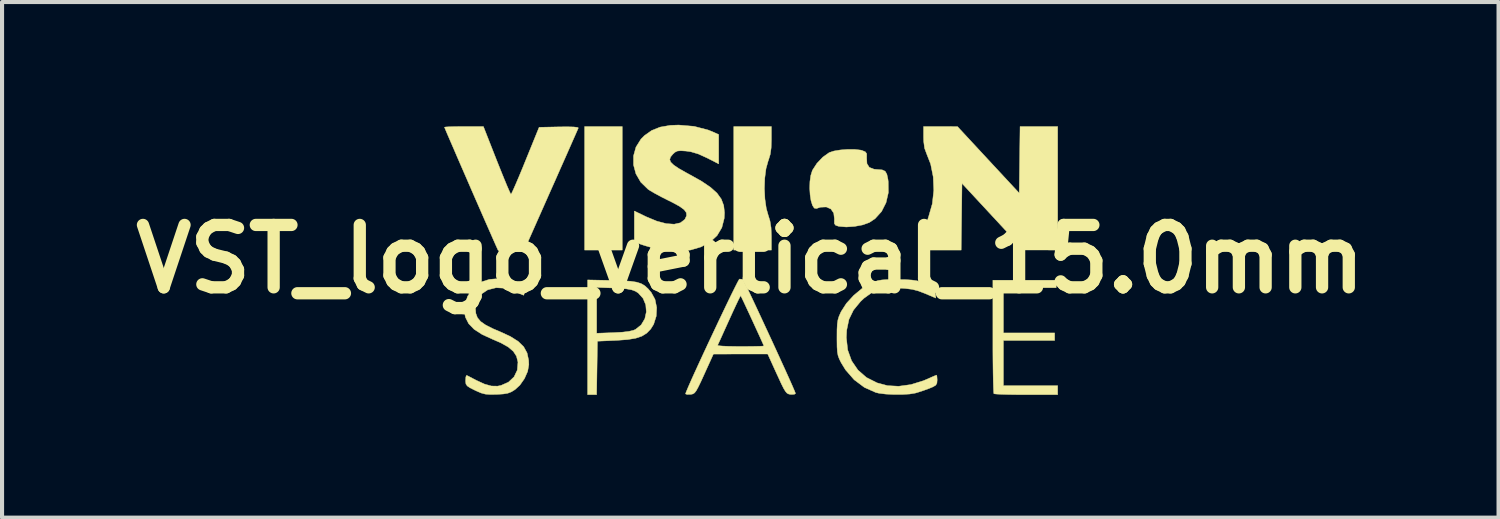
<source format=kicad_pcb>
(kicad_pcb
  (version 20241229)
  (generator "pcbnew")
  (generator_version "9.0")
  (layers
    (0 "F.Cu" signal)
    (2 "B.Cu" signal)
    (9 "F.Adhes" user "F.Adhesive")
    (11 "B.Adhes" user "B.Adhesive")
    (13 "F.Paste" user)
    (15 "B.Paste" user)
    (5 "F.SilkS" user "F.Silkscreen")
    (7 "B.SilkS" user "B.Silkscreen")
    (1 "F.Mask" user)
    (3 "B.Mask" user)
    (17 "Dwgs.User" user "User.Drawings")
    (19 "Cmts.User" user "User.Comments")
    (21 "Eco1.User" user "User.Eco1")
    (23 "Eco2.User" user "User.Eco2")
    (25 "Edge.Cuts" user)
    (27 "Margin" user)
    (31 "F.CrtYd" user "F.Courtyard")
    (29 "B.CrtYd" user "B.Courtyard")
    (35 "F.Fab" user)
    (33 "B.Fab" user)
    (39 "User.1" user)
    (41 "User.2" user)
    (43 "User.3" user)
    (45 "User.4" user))
  (footprint "VST_logo_vertical_15.0mm"
    (layer "F.Cu")
    (at 15.284 3.281)
    (property "Reference" "VST_logo_vertical_15.0mm" (at 0 0 0) (layer "F.SilkS") (effects (font (size 1.524 1.524) (thickness 0.3))))
    (attr through_hole)
    (fp_poly (pts (xy -3.129 -0.221) (xy -4.049 -0.221) (xy -4.049 -3.239) (xy -3.129 -3.239) (xy -3.129 -0.221)) (stroke (width 0.01) (type solid)) (fill yes) (layer "F.SilkS"))
    (fp_poly (pts (xy 0.515 -2.917) (xy 0.509 -2.717) (xy 0.487 -2.56) (xy 0.444 -2.419) (xy 0.434 -2.393) (xy 0.383 -2.208) (xy 0.353 -1.977) (xy 0.344 -1.722) (xy 0.357 -1.468) (xy 0.39 -1.239) (xy 0.433 -1.087) (xy 0.481 -0.931) (xy 0.507 -0.765) (xy 0.515 -0.561) (xy 0.515 -0.544) (xy 0.515 -0.221) (xy -0.405 -0.221) (xy -0.405 -3.239) (xy 0.515 -3.239) (xy 0.515 -2.917)) (stroke (width 0.01) (type solid)) (fill yes) (layer "F.SilkS"))
    (fp_poly (pts (xy 7.473 0.699) (xy 6.184 0.699) (xy 6.184 1.804) (xy 7.436 1.804) (xy 7.436 1.988) (xy 6.184 1.988) (xy 6.184 3.092) (xy 7.51 3.092) (xy 7.51 3.313) (xy 6.743 3.313) (xy 6.512 3.312) (xy 6.307 3.309) (xy 6.138 3.304) (xy 6.018 3.298) (xy 5.956 3.291) (xy 5.951 3.289) (xy 5.946 3.247) (xy 5.941 3.141) (xy 5.936 2.977) (xy 5.932 2.765) (xy 5.929 2.512) (xy 5.927 2.226) (xy 5.927 1.917) (xy 5.927 1.89) (xy 5.927 0.515) (xy 7.473 0.515) (xy 7.473 0.699)) (stroke (width 0.01) (type solid)) (fill yes) (layer "F.SilkS"))
    (fp_poly (pts (xy 7.51 -0.221) (xy 7.095 -0.222) (xy 6.681 -0.223) (xy 5.927 -1.036) (xy 5.172 -1.85) (xy 5.162 -1.035) (xy 5.152 -0.221) (xy 4.228 -0.221) (xy 4.243 -0.506) (xy 4.288 -0.821) (xy 4.36 -1.049) (xy 4.447 -1.352) (xy 4.483 -1.679) (xy 4.469 -2.009) (xy 4.406 -2.323) (xy 4.307 -2.576) (xy 4.258 -2.709) (xy 4.236 -2.876) (xy 4.233 -2.98) (xy 4.233 -3.239) (xy 4.647 -3.239) (xy 5.062 -3.238) (xy 5.816 -2.425) (xy 6.571 -1.612) (xy 6.591 -3.239) (xy 7.51 -3.239) (xy 7.51 -0.221)) (stroke (width 0.01) (type solid)) (fill yes) (layer "F.SilkS"))
    (fp_poly (pts (xy -3.377 0.521) (xy -3.122 0.529) (xy -2.928 0.541) (xy -2.781 0.563) (xy -2.669 0.598) (xy -2.579 0.651) (xy -2.499 0.724) (xy -2.422 0.814) (xy -2.329 0.984) (xy -2.288 1.185) (xy -2.299 1.394) (xy -2.362 1.593) (xy -2.435 1.71) (xy -2.531 1.809) (xy -2.648 1.882) (xy -2.799 1.933) (xy -2.997 1.966) (xy -3.255 1.985) (xy -3.276 1.986) (xy -3.736 2.006) (xy -3.756 3.313) (xy -3.976 3.313) (xy -3.976 1.812) (xy -3.755 1.812) (xy -3.341 1.797) (xy -3.122 1.785) (xy -2.965 1.766) (xy -2.854 1.739) (xy -2.805 1.718) (xy -2.666 1.606) (xy -2.578 1.458) (xy -2.541 1.29) (xy -2.555 1.118) (xy -2.621 0.959) (xy -2.738 0.829) (xy -2.805 0.786) (xy -2.895 0.752) (xy -3.023 0.728) (xy -3.204 0.712) (xy -3.341 0.706) (xy -3.755 0.691) (xy -3.755 1.812) (xy -3.976 1.812) (xy -3.976 0.509) (xy -3.377 0.521)) (stroke (width 0.01) (type solid)) (fill yes) (layer "F.SilkS"))
    (fp_poly (pts (xy 2.553 -2.68) (xy 2.693 -2.664) (xy 2.729 -2.655) (xy 2.811 -2.621) (xy 2.843 -2.575) (xy 2.843 -2.487) (xy 2.842 -2.475) (xy 2.85 -2.333) (xy 2.907 -2.242) (xy 3.02 -2.197) (xy 3.11 -2.189) (xy 3.223 -2.18) (xy 3.294 -2.147) (xy 3.336 -2.075) (xy 3.363 -1.95) (xy 3.37 -1.892) (xy 3.373 -1.626) (xy 3.316 -1.379) (xy 3.206 -1.162) (xy 3.047 -0.987) (xy 2.907 -0.894) (xy 2.747 -0.836) (xy 2.549 -0.799) (xy 2.345 -0.785) (xy 2.17 -0.8) (xy 2.153 -0.803) (xy 2.083 -0.827) (xy 2.054 -0.868) (xy 2.053 -0.952) (xy 2.055 -0.977) (xy 2.038 -1.123) (xy 1.969 -1.224) (xy 1.857 -1.274) (xy 1.712 -1.268) (xy 1.616 -1.236) (xy 1.562 -1.246) (xy 1.518 -1.314) (xy 1.483 -1.428) (xy 1.461 -1.571) (xy 1.451 -1.731) (xy 1.456 -1.893) (xy 1.477 -2.042) (xy 1.515 -2.165) (xy 1.521 -2.176) (xy 1.628 -2.341) (xy 1.773 -2.493) (xy 1.928 -2.603) (xy 1.93 -2.604) (xy 2.043 -2.641) (xy 2.201 -2.667) (xy 2.38 -2.681) (xy 2.553 -2.68)) (stroke (width 0.01) (type solid)) (fill yes) (layer "F.SilkS"))
    (fp_poly (pts (xy -6.197 -2.412) (xy -6.105 -2.182) (xy -6.022 -1.977) (xy -5.951 -1.805) (xy -5.895 -1.676) (xy -5.86 -1.601) (xy -5.849 -1.584) (xy -5.829 -1.616) (xy -5.786 -1.708) (xy -5.724 -1.849) (xy -5.647 -2.03) (xy -5.559 -2.242) (xy -5.494 -2.402) (xy -5.161 -3.221) (xy -4.675 -3.231) (xy -4.469 -3.233) (xy -4.317 -3.229) (xy -4.226 -3.219) (xy -4.202 -3.206) (xy -4.219 -3.166) (xy -4.263 -3.065) (xy -4.331 -2.912) (xy -4.419 -2.712) (xy -4.525 -2.472) (xy -4.646 -2.2) (xy -4.777 -1.903) (xy -4.878 -1.677) (xy -5.54 -0.184) (xy -5.842 -0.184) (xy -5.983 -0.188) (xy -6.094 -0.197) (xy -6.156 -0.21) (xy -6.162 -0.214) (xy -6.181 -0.255) (xy -6.226 -0.354) (xy -6.292 -0.504) (xy -6.376 -0.695) (xy -6.475 -0.919) (xy -6.584 -1.169) (xy -6.701 -1.436) (xy -6.821 -1.711) (xy -6.94 -1.986) (xy -7.057 -2.254) (xy -7.166 -2.505) (xy -7.263 -2.731) (xy -7.347 -2.924) (xy -7.412 -3.075) (xy -7.455 -3.177) (xy -7.473 -3.221) (xy -7.473 -3.222) (xy -7.438 -3.229) (xy -7.344 -3.234) (xy -7.203 -3.238) (xy -7.03 -3.239) (xy -6.997 -3.239) (xy -6.522 -3.239) (xy -6.197 -2.412)) (stroke (width 0.01) (type solid)) (fill yes) (layer "F.SilkS"))
    (fp_poly (pts (xy -1.374 -3.244) (xy -1.026 -3.153) (xy -0.911 -3.106) (xy -0.773 -3.044) (xy -0.773 -2.327) (xy -1.059 -2.473) (xy -1.27 -2.569) (xy -1.453 -2.623) (xy -1.571 -2.64) (xy -1.7 -2.648) (xy -1.781 -2.641) (xy -1.84 -2.612) (xy -1.892 -2.565) (xy -1.949 -2.496) (xy -1.969 -2.433) (xy -1.945 -2.369) (xy -1.872 -2.298) (xy -1.745 -2.212) (xy -1.559 -2.107) (xy -1.471 -2.059) (xy -1.189 -1.901) (xy -0.972 -1.754) (xy -0.814 -1.612) (xy -0.709 -1.466) (xy -0.65 -1.309) (xy -0.631 -1.133) (xy -0.638 -0.996) (xy -0.696 -0.769) (xy -0.813 -0.574) (xy -0.985 -0.416) (xy -1.203 -0.298) (xy -1.461 -0.222) (xy -1.752 -0.191) (xy -2.068 -0.21) (xy -2.245 -0.242) (xy -2.404 -0.28) (xy -2.565 -0.326) (xy -2.659 -0.356) (xy -2.834 -0.419) (xy -2.834 -1.175) (xy -2.54 -1.033) (xy -2.284 -0.927) (xy -2.055 -0.867) (xy -1.861 -0.853) (xy -1.708 -0.887) (xy -1.603 -0.968) (xy -1.595 -0.98) (xy -1.558 -1.061) (xy -1.563 -1.134) (xy -1.617 -1.208) (xy -1.726 -1.288) (xy -1.896 -1.381) (xy -1.995 -1.43) (xy -2.162 -1.514) (xy -2.318 -1.597) (xy -2.442 -1.669) (xy -2.502 -1.709) (xy -2.678 -1.881) (xy -2.795 -2.083) (xy -2.854 -2.301) (xy -2.854 -2.523) (xy -2.794 -2.738) (xy -2.673 -2.931) (xy -2.59 -3.016) (xy -2.41 -3.143) (xy -2.205 -3.225) (xy -1.959 -3.268) (xy -1.751 -3.276) (xy -1.374 -3.244)) (stroke (width 0.01) (type solid)) (fill yes) (layer "F.SilkS"))
    (fp_poly (pts (xy 3.589 0.499) (xy 3.795 0.502) (xy 3.948 0.512) (xy 4.07 0.53) (xy 4.183 0.561) (xy 4.27 0.591) (xy 4.396 0.641) (xy 4.469 0.68) (xy 4.504 0.724) (xy 4.518 0.786) (xy 4.521 0.816) (xy 4.532 0.952) (xy 4.263 0.838) (xy 4.103 0.777) (xy 3.956 0.739) (xy 3.789 0.718) (xy 3.644 0.708) (xy 3.372 0.71) (xy 3.149 0.748) (xy 2.957 0.827) (xy 2.779 0.955) (xy 2.693 1.036) (xy 2.521 1.245) (xy 2.41 1.473) (xy 2.355 1.736) (xy 2.346 1.919) (xy 2.379 2.22) (xy 2.475 2.486) (xy 2.63 2.712) (xy 2.838 2.893) (xy 3.097 3.024) (xy 3.351 3.092) (xy 3.625 3.107) (xy 3.925 3.066) (xy 4.231 2.971) (xy 4.333 2.928) (xy 4.442 2.879) (xy 4.522 2.845) (xy 4.551 2.834) (xy 4.56 2.867) (xy 4.565 2.946) (xy 4.565 2.959) (xy 4.559 3.032) (xy 4.531 3.081) (xy 4.464 3.121) (xy 4.371 3.16) (xy 4.231 3.211) (xy 4.09 3.257) (xy 4.031 3.274) (xy 3.892 3.297) (xy 3.707 3.308) (xy 3.504 3.308) (xy 3.306 3.298) (xy 3.14 3.277) (xy 3.065 3.259) (xy 2.787 3.135) (xy 2.537 2.948) (xy 2.327 2.707) (xy 2.218 2.529) (xy 2.174 2.44) (xy 2.144 2.359) (xy 2.127 2.267) (xy 2.119 2.146) (xy 2.117 1.975) (xy 2.117 1.914) (xy 2.118 1.725) (xy 2.125 1.59) (xy 2.14 1.488) (xy 2.166 1.401) (xy 2.207 1.308) (xy 2.218 1.284) (xy 2.347 1.083) (xy 2.527 0.886) (xy 2.735 0.714) (xy 2.936 0.596) (xy 3.033 0.553) (xy 3.12 0.525) (xy 3.217 0.509) (xy 3.341 0.501) (xy 3.513 0.499) (xy 3.589 0.499)) (stroke (width 0.01) (type solid)) (fill yes) (layer "F.SilkS"))
    (fp_poly (pts (xy -5.943 0.497) (xy -5.729 0.554) (xy -5.726 0.555) (xy -5.611 0.601) (xy -5.55 0.639) (xy -5.526 0.687) (xy -5.522 0.757) (xy -5.526 0.841) (xy -5.535 0.883) (xy -5.536 0.883) (xy -5.575 0.869) (xy -5.66 0.832) (xy -5.748 0.792) (xy -5.987 0.712) (xy -6.212 0.699) (xy -6.417 0.751) (xy -6.593 0.868) (xy -6.626 0.901) (xy -6.684 0.98) (xy -6.712 1.073) (xy -6.718 1.197) (xy -6.707 1.326) (xy -6.668 1.432) (xy -6.591 1.524) (xy -6.467 1.611) (xy -6.288 1.701) (xy -6.125 1.77) (xy -5.866 1.889) (xy -5.672 2.011) (xy -5.538 2.142) (xy -5.455 2.293) (xy -5.417 2.47) (xy -5.412 2.579) (xy -5.441 2.744) (xy -5.519 2.92) (xy -5.631 3.08) (xy -5.75 3.189) (xy -5.839 3.244) (xy -5.927 3.278) (xy -6.038 3.296) (xy -6.198 3.306) (xy -6.2 3.306) (xy -6.36 3.308) (xy -6.476 3.299) (xy -6.58 3.271) (xy -6.7 3.219) (xy -6.727 3.206) (xy -6.849 3.145) (xy -6.917 3.099) (xy -6.949 3.052) (xy -6.957 2.989) (xy -6.957 2.962) (xy -6.951 2.879) (xy -6.934 2.841) (xy -6.93 2.841) (xy -6.885 2.863) (xy -6.795 2.91) (xy -6.7 2.96) (xy -6.496 3.054) (xy -6.327 3.101) (xy -6.176 3.104) (xy -6.092 3.087) (xy -5.909 3.006) (xy -5.773 2.877) (xy -5.694 2.712) (xy -5.678 2.522) (xy -5.679 2.512) (xy -5.714 2.373) (xy -5.791 2.254) (xy -5.918 2.146) (xy -6.103 2.043) (xy -6.289 1.963) (xy -6.553 1.842) (xy -6.749 1.715) (xy -6.883 1.577) (xy -6.96 1.424) (xy -6.978 1.344) (xy -6.976 1.119) (xy -6.908 0.908) (xy -6.779 0.723) (xy -6.597 0.577) (xy -6.548 0.55) (xy -6.377 0.496) (xy -6.167 0.478) (xy -5.943 0.497)) (stroke (width 0.01) (type solid)) (fill yes) (layer "F.SilkS"))
    (fp_poly (pts (xy -0.198 0.493) (xy -0.179 0.506) (xy -0.156 0.546) (xy -0.107 0.645) (xy -0.035 0.793) (xy 0.054 0.981) (xy 0.158 1.202) (xy 0.272 1.447) (xy 0.392 1.706) (xy 0.515 1.971) (xy 0.636 2.234) (xy 0.751 2.486) (xy 0.857 2.718) (xy 0.949 2.922) (xy 1.023 3.088) (xy 1.075 3.209) (xy 1.102 3.276) (xy 1.104 3.285) (xy 1.073 3.304) (xy 0.995 3.307) (xy 0.987 3.306) (xy 0.94 3.298) (xy 0.9 3.279) (xy 0.861 3.236) (xy 0.815 3.161) (xy 0.756 3.043) (xy 0.677 2.871) (xy 0.647 2.807) (xy 0.425 2.319) (xy -0.902 2.32) (xy -1.123 2.807) (xy -1.21 2.998) (xy -1.275 3.131) (xy -1.323 3.218) (xy -1.363 3.269) (xy -1.402 3.294) (xy -1.446 3.304) (xy -1.464 3.306) (xy -1.545 3.307) (xy -1.583 3.294) (xy -1.583 3.292) (xy -1.568 3.247) (xy -1.525 3.144) (xy -1.459 2.993) (xy -1.373 2.802) (xy -1.271 2.579) (xy -1.158 2.334) (xy -1.052 2.107) (xy -0.8 2.107) (xy -0.77 2.117) (xy -0.679 2.125) (xy -0.538 2.131) (xy -0.36 2.134) (xy -0.241 2.135) (xy -0.046 2.134) (xy 0.122 2.132) (xy 0.247 2.129) (xy 0.319 2.125) (xy 0.331 2.122) (xy 0.317 2.086) (xy 0.277 1.997) (xy 0.218 1.866) (xy 0.145 1.708) (xy 0.066 1.535) (xy -0.015 1.36) (xy -0.092 1.195) (xy -0.157 1.055) (xy -0.207 0.951) (xy -0.233 0.898) (xy -0.236 0.893) (xy -0.253 0.922) (xy -0.296 1.007) (xy -0.358 1.139) (xy -0.436 1.306) (xy -0.516 1.482) (xy -0.604 1.676) (xy -0.681 1.847) (xy -0.743 1.984) (xy -0.785 2.074) (xy -0.8 2.107) (xy -1.052 2.107) (xy -1.037 2.074) (xy -0.912 1.808) (xy -0.788 1.545) (xy -0.668 1.293) (xy -0.557 1.061) (xy -0.458 0.857) (xy -0.375 0.69) (xy -0.313 0.568) (xy -0.275 0.5) (xy -0.266 0.488) (xy -0.198 0.493)) (stroke (width 0.01) (type solid)) (fill yes) (layer "F.SilkS")))
  (gr_rect
    (start -3 -3)
    (end 33.567 9.599)
    (stroke (width 0.1) (type default))
    (fill no)
    (layer "Edge.Cuts")))
</source>
